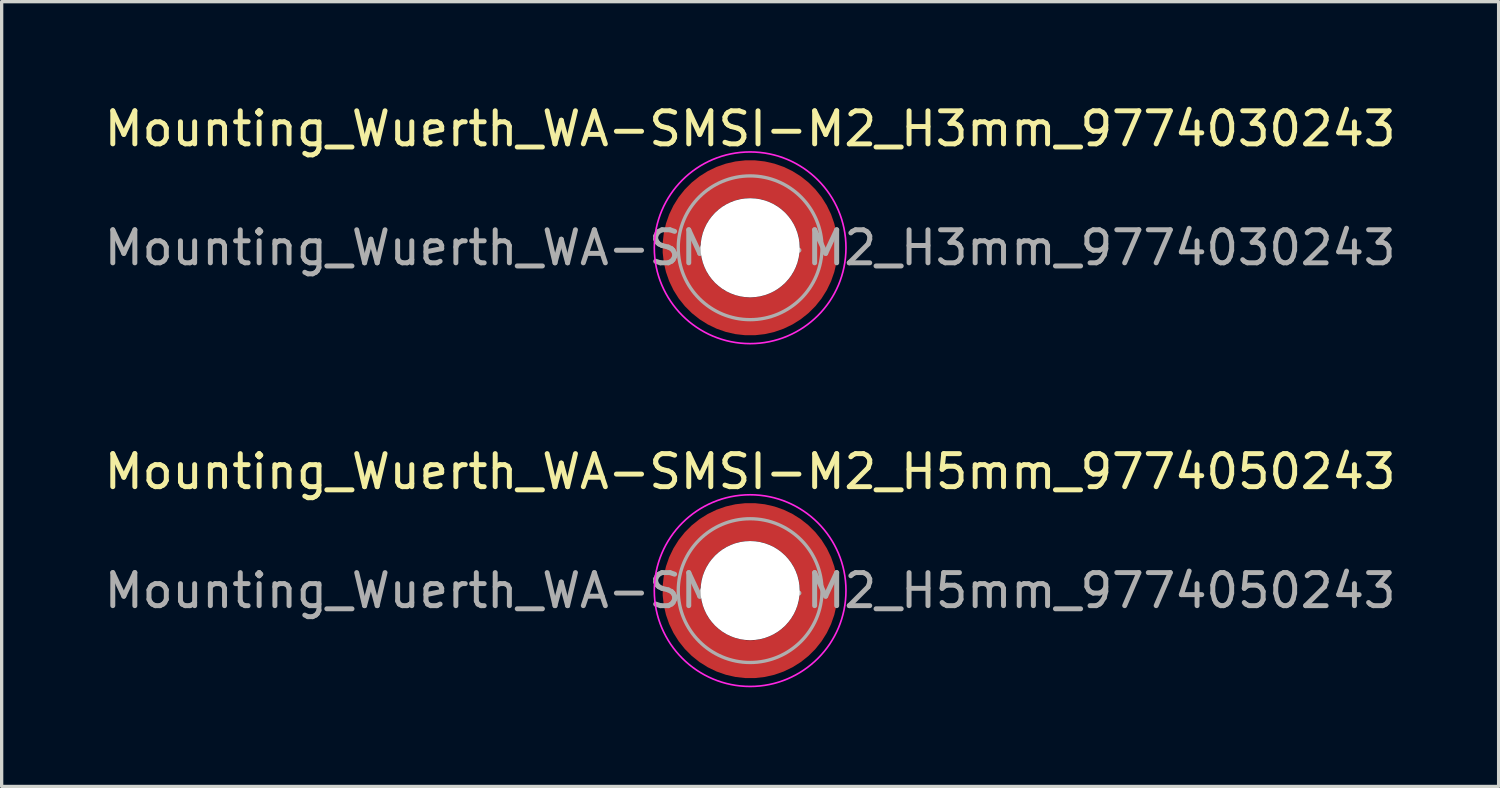
<source format=kicad_pcb>
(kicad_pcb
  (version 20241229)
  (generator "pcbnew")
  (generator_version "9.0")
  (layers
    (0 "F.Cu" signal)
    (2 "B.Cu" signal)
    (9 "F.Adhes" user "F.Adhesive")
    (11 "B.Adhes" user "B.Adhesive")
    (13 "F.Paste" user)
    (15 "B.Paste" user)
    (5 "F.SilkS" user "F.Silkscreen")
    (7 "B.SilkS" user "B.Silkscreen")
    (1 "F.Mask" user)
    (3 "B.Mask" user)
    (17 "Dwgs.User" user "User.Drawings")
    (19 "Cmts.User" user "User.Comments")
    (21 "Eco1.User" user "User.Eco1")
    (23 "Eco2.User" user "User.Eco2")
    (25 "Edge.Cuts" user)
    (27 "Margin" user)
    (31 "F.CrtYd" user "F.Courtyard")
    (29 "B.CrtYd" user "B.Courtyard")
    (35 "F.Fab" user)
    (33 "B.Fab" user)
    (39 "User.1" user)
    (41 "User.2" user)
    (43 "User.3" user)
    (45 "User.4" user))
  (footprint "Mounting_Wuerth_WA-SMSI-M2_H3mm_9774030243"
    (layer "F.Cu")
    (at 19.649 4.448)
    (property "Reference" "Mounting_Wuerth_WA-SMSI-M2_H3mm_9774030243" (at 0 -3.6 0) (layer "F.SilkS") (effects (font (size 1 1) (thickness 0.15))))
    (attr smd)
    (fp_circle (center 0 0) (end 2.9 0) (stroke (width 0.05) (type solid)) (fill no) (layer "F.CrtYd"))
    (fp_circle (center 0 0) (end 2.175 0) (stroke (width 0.1) (type solid)) (fill no) (layer "F.Fab"))
    (fp_text user "${REFERENCE}" (at 0 0 0) (layer "F.Fab") (effects (font (size 1 1) (thickness 0.15))))
    (pad "" smd custom (at -1.453 -1.453) (size 0.61 0.61) (layers "F.Paste") (options (anchor circle)) (primitives (gr_arc (start -0.147677 1.053104) (mid 0.285964 0.286792) (end 1.051968 -0.147393) (width 0.2)) (gr_arc (start -0.240295 1.053104) (mid 0.22253 0.222946) (end 1.052531 -0.24016) (width 0.2)) (gr_arc (start -0.332645 1.053104) (mid 0.158548 0.15965) (end 1.051583 -0.332304) (width 0.2)) (gr_arc (start -0.424767 1.053104) (mid 0.09486 0.096059) (end 1.051446 -0.424413) (width 0.2)) (gr_arc (start -0.516693 1.053104) (mid 0.031293 0.032346) (end 1.051645 -0.516396) (width 0.2)) (gr_arc (start -0.608448 1.053104) (mid -0.032323 -0.031316) (end 1.051707 -0.608176) (width 0.2)) (gr_arc (start -0.700056 1.053104) (mid -0.09616 -0.094758) (end 1.051155 -0.699693) (width 0.2)) (gr_arc (start -0.791534 1.053104) (mid -0.160388 -0.15781) (end 1.049515 -0.790891) (width 0.2)) (gr_arc (start -0.882896 1.053104) (mid -0.223713 -0.221764) (end 1.050388 -0.882429) (width 0.2)) (gr_arc (start -0.974157 1.053104) (mid -0.287654 -0.285101) (end 1.049541 -0.973567) (width 0.2)) (gr_line (start 1.053 -0.148) (end 1.053 -0.974) (width 0.2)) (gr_line (start -0.148 1.053) (end -0.974 1.053) (width 0.2))))
    (pad "" smd custom (at -1.453 1.453) (size 0.61 0.61) (layers "F.Paste") (options (anchor circle)) (primitives (gr_arc (start 1.053104 0.147677) (mid 0.286792 -0.285964) (end -0.147393 -1.051968) (width 0.2)) (gr_arc (start 1.053104 0.240295) (mid 0.222946 -0.22253) (end -0.24016 -1.052531) (width 0.2)) (gr_arc (start 1.053104 0.332645) (mid 0.15965 -0.158548) (end -0.332304 -1.051583) (width 0.2)) (gr_arc (start 1.053104 0.424767) (mid 0.096059 -0.09486) (end -0.424413 -1.051446) (width 0.2)) (gr_arc (start 1.053104 0.516693) (mid 0.032346 -0.031293) (end -0.516396 -1.051645) (width 0.2)) (gr_arc (start 1.053104 0.608448) (mid -0.031316 0.032323) (end -0.608176 -1.051707) (width 0.2)) (gr_arc (start 1.053104 0.700056) (mid -0.094758 0.09616) (end -0.699693 -1.051155) (width 0.2)) (gr_arc (start 1.053104 0.791534) (mid -0.15781 0.160388) (end -0.790891 -1.049515) (width 0.2)) (gr_arc (start 1.053104 0.882896) (mid -0.221764 0.223713) (end -0.882429 -1.050388) (width 0.2)) (gr_arc (start 1.053104 0.974157) (mid -0.285101 0.287654) (end -0.973567 -1.049541) (width 0.2)) (gr_line (start -0.148 -1.053) (end -0.974 -1.053) (width 0.2)) (gr_line (start 1.053 0.148) (end 1.053 0.974) (width 0.2))))
    (pad "" np_thru_hole circle (at 0 0) (size 3 3) (drill 3) (layers "*.Cu" "*.Mask"))
    (pad "" smd custom (at 1.453 -1.453) (size 0.61 0.61) (layers "F.Paste") (options (anchor circle)) (primitives (gr_arc (start -1.053104 -0.147677) (mid -0.286792 0.285964) (end 0.147393 1.051968) (width 0.2)) (gr_arc (start -1.053104 -0.240295) (mid -0.222946 0.22253) (end 0.24016 1.052531) (width 0.2)) (gr_arc (start -1.053104 -0.332645) (mid -0.15965 0.158548) (end 0.332304 1.051583) (width 0.2)) (gr_arc (start -1.053104 -0.424767) (mid -0.096059 0.09486) (end 0.424413 1.051446) (width 0.2)) (gr_arc (start -1.053104 -0.516693) (mid -0.032346 0.031293) (end 0.516396 1.051645) (width 0.2)) (gr_arc (start -1.053104 -0.608448) (mid 0.031316 -0.032323) (end 0.608176 1.051707) (width 0.2)) (gr_arc (start -1.053104 -0.700056) (mid 0.094758 -0.09616) (end 0.699693 1.051155) (width 0.2)) (gr_arc (start -1.053104 -0.791534) (mid 0.15781 -0.160388) (end 0.790891 1.049515) (width 0.2)) (gr_arc (start -1.053104 -0.882896) (mid 0.221764 -0.223713) (end 0.882429 1.050388) (width 0.2)) (gr_arc (start -1.053104 -0.974157) (mid 0.285101 -0.287654) (end 0.973567 1.049541) (width 0.2)) (gr_line (start 0.148 1.053) (end 0.974 1.053) (width 0.2)) (gr_line (start -1.053 -0.148) (end -1.053 -0.974) (width 0.2))))
    (pad "" smd custom (at 1.453 1.453) (size 0.61 0.61) (layers "F.Paste") (options (anchor circle)) (primitives (gr_arc (start 0.147677 -1.053104) (mid -0.285964 -0.286792) (end -1.051968 0.147393) (width 0.2)) (gr_arc (start 0.240295 -1.053104) (mid -0.22253 -0.222946) (end -1.052531 0.24016) (width 0.2)) (gr_arc (start 0.332645 -1.053104) (mid -0.158548 -0.15965) (end -1.051583 0.332304) (width 0.2)) (gr_arc (start 0.424767 -1.053104) (mid -0.09486 -0.096059) (end -1.051446 0.424413) (width 0.2)) (gr_arc (start 0.516693 -1.053104) (mid -0.031293 -0.032346) (end -1.051645 0.516396) (width 0.2)) (gr_arc (start 0.608448 -1.053104) (mid 0.032323 0.031316) (end -1.051707 0.608176) (width 0.2)) (gr_arc (start 0.700056 -1.053104) (mid 0.09616 0.094758) (end -1.051155 0.699693) (width 0.2)) (gr_arc (start 0.791534 -1.053104) (mid 0.160388 0.15781) (end -1.049515 0.790891) (width 0.2)) (gr_arc (start 0.882896 -1.053104) (mid 0.223713 0.221764) (end -1.050388 0.882429) (width 0.2)) (gr_arc (start 0.974157 -1.053104) (mid 0.287654 0.285101) (end -1.049541 0.973567) (width 0.2)) (gr_line (start -1.053 0.148) (end -1.053 0.974) (width 0.2)) (gr_line (start 0.148 -1.053) (end 0.974 -1.053) (width 0.2))))
    (pad "1" smd circle (at -2.075 0) (size 0.75 0.75) (layers "F.Cu"))
    (pad "1" smd circle (at 0 -2.075) (size 0.75 0.75) (layers "F.Cu"))
    (pad "1" smd circle (at 0 2.075) (size 0.75 0.75) (layers "F.Cu"))
    (pad "1" smd custom (at 2.075 0) (size 0.75 0.75) (layers "F.Cu" "F.Mask") (options (anchor circle)) (primitives (gr_circle (center -2.075 0) (end 0 0) (width 1.15) (fill no)))))
  (footprint "Mounting_Wuerth_WA-SMSI-M2_H5mm_9774050243"
    (layer "F.Cu")
    (at 19.649 14.822)
    (property "Reference" "Mounting_Wuerth_WA-SMSI-M2_H5mm_9774050243" (at 0 -3.6 0) (layer "F.SilkS") (effects (font (size 1 1) (thickness 0.15))))
    (attr smd)
    (fp_circle (center 0 0) (end 2.9 0) (stroke (width 0.05) (type solid)) (fill no) (layer "F.CrtYd"))
    (fp_circle (center 0 0) (end 2.175 0) (stroke (width 0.1) (type solid)) (fill no) (layer "F.Fab"))
    (fp_text user "${REFERENCE}" (at 0 0 0) (layer "F.Fab") (effects (font (size 1 1) (thickness 0.15))))
    (pad "" smd custom (at -1.453 -1.453) (size 0.61 0.61) (layers "F.Paste") (options (anchor circle)) (primitives (gr_arc (start -0.147677 1.053104) (mid 0.285964 0.286792) (end 1.051968 -0.147393) (width 0.2)) (gr_arc (start -0.240295 1.053104) (mid 0.22253 0.222946) (end 1.052531 -0.24016) (width 0.2)) (gr_arc (start -0.332645 1.053104) (mid 0.158548 0.15965) (end 1.051583 -0.332304) (width 0.2)) (gr_arc (start -0.424767 1.053104) (mid 0.09486 0.096059) (end 1.051446 -0.424413) (width 0.2)) (gr_arc (start -0.516693 1.053104) (mid 0.031293 0.032346) (end 1.051645 -0.516396) (width 0.2)) (gr_arc (start -0.608448 1.053104) (mid -0.032323 -0.031316) (end 1.051707 -0.608176) (width 0.2)) (gr_arc (start -0.700056 1.053104) (mid -0.09616 -0.094758) (end 1.051155 -0.699693) (width 0.2)) (gr_arc (start -0.791534 1.053104) (mid -0.160388 -0.15781) (end 1.049515 -0.790891) (width 0.2)) (gr_arc (start -0.882896 1.053104) (mid -0.223713 -0.221764) (end 1.050388 -0.882429) (width 0.2)) (gr_arc (start -0.974157 1.053104) (mid -0.287654 -0.285101) (end 1.049541 -0.973567) (width 0.2)) (gr_line (start 1.053 -0.148) (end 1.053 -0.974) (width 0.2)) (gr_line (start -0.148 1.053) (end -0.974 1.053) (width 0.2))))
    (pad "" smd custom (at -1.453 1.453) (size 0.61 0.61) (layers "F.Paste") (options (anchor circle)) (primitives (gr_arc (start 1.053104 0.147677) (mid 0.286792 -0.285964) (end -0.147393 -1.051968) (width 0.2)) (gr_arc (start 1.053104 0.240295) (mid 0.222946 -0.22253) (end -0.24016 -1.052531) (width 0.2)) (gr_arc (start 1.053104 0.332645) (mid 0.15965 -0.158548) (end -0.332304 -1.051583) (width 0.2)) (gr_arc (start 1.053104 0.424767) (mid 0.096059 -0.09486) (end -0.424413 -1.051446) (width 0.2)) (gr_arc (start 1.053104 0.516693) (mid 0.032346 -0.031293) (end -0.516396 -1.051645) (width 0.2)) (gr_arc (start 1.053104 0.608448) (mid -0.031316 0.032323) (end -0.608176 -1.051707) (width 0.2)) (gr_arc (start 1.053104 0.700056) (mid -0.094758 0.09616) (end -0.699693 -1.051155) (width 0.2)) (gr_arc (start 1.053104 0.791534) (mid -0.15781 0.160388) (end -0.790891 -1.049515) (width 0.2)) (gr_arc (start 1.053104 0.882896) (mid -0.221764 0.223713) (end -0.882429 -1.050388) (width 0.2)) (gr_arc (start 1.053104 0.974157) (mid -0.285101 0.287654) (end -0.973567 -1.049541) (width 0.2)) (gr_line (start -0.148 -1.053) (end -0.974 -1.053) (width 0.2)) (gr_line (start 1.053 0.148) (end 1.053 0.974) (width 0.2))))
    (pad "" np_thru_hole circle (at 0 0) (size 3 3) (drill 3) (layers "*.Cu" "*.Mask"))
    (pad "" smd custom (at 1.453 -1.453) (size 0.61 0.61) (layers "F.Paste") (options (anchor circle)) (primitives (gr_arc (start -1.053104 -0.147677) (mid -0.286792 0.285964) (end 0.147393 1.051968) (width 0.2)) (gr_arc (start -1.053104 -0.240295) (mid -0.222946 0.22253) (end 0.24016 1.052531) (width 0.2)) (gr_arc (start -1.053104 -0.332645) (mid -0.15965 0.158548) (end 0.332304 1.051583) (width 0.2)) (gr_arc (start -1.053104 -0.424767) (mid -0.096059 0.09486) (end 0.424413 1.051446) (width 0.2)) (gr_arc (start -1.053104 -0.516693) (mid -0.032346 0.031293) (end 0.516396 1.051645) (width 0.2)) (gr_arc (start -1.053104 -0.608448) (mid 0.031316 -0.032323) (end 0.608176 1.051707) (width 0.2)) (gr_arc (start -1.053104 -0.700056) (mid 0.094758 -0.09616) (end 0.699693 1.051155) (width 0.2)) (gr_arc (start -1.053104 -0.791534) (mid 0.15781 -0.160388) (end 0.790891 1.049515) (width 0.2)) (gr_arc (start -1.053104 -0.882896) (mid 0.221764 -0.223713) (end 0.882429 1.050388) (width 0.2)) (gr_arc (start -1.053104 -0.974157) (mid 0.285101 -0.287654) (end 0.973567 1.049541) (width 0.2)) (gr_line (start 0.148 1.053) (end 0.974 1.053) (width 0.2)) (gr_line (start -1.053 -0.148) (end -1.053 -0.974) (width 0.2))))
    (pad "" smd custom (at 1.453 1.453) (size 0.61 0.61) (layers "F.Paste") (options (anchor circle)) (primitives (gr_arc (start 0.147677 -1.053104) (mid -0.285964 -0.286792) (end -1.051968 0.147393) (width 0.2)) (gr_arc (start 0.240295 -1.053104) (mid -0.22253 -0.222946) (end -1.052531 0.24016) (width 0.2)) (gr_arc (start 0.332645 -1.053104) (mid -0.158548 -0.15965) (end -1.051583 0.332304) (width 0.2)) (gr_arc (start 0.424767 -1.053104) (mid -0.09486 -0.096059) (end -1.051446 0.424413) (width 0.2)) (gr_arc (start 0.516693 -1.053104) (mid -0.031293 -0.032346) (end -1.051645 0.516396) (width 0.2)) (gr_arc (start 0.608448 -1.053104) (mid 0.032323 0.031316) (end -1.051707 0.608176) (width 0.2)) (gr_arc (start 0.700056 -1.053104) (mid 0.09616 0.094758) (end -1.051155 0.699693) (width 0.2)) (gr_arc (start 0.791534 -1.053104) (mid 0.160388 0.15781) (end -1.049515 0.790891) (width 0.2)) (gr_arc (start 0.882896 -1.053104) (mid 0.223713 0.221764) (end -1.050388 0.882429) (width 0.2)) (gr_arc (start 0.974157 -1.053104) (mid 0.287654 0.285101) (end -1.049541 0.973567) (width 0.2)) (gr_line (start -1.053 0.148) (end -1.053 0.974) (width 0.2)) (gr_line (start 0.148 -1.053) (end 0.974 -1.053) (width 0.2))))
    (pad "1" smd circle (at -2.075 0) (size 0.75 0.75) (layers "F.Cu"))
    (pad "1" smd circle (at 0 -2.075) (size 0.75 0.75) (layers "F.Cu"))
    (pad "1" smd circle (at 0 2.075) (size 0.75 0.75) (layers "F.Cu"))
    (pad "1" smd custom (at 2.075 0) (size 0.75 0.75) (layers "F.Cu" "F.Mask") (options (anchor circle)) (primitives (gr_circle (center -2.075 0) (end 0 0) (width 1.15) (fill no)))))
  (gr_rect
    (start -3 -3)
    (end 42.298 20.747)
    (stroke (width 0.1) (type default))
    (fill no)
    (layer "Edge.Cuts")))
</source>
